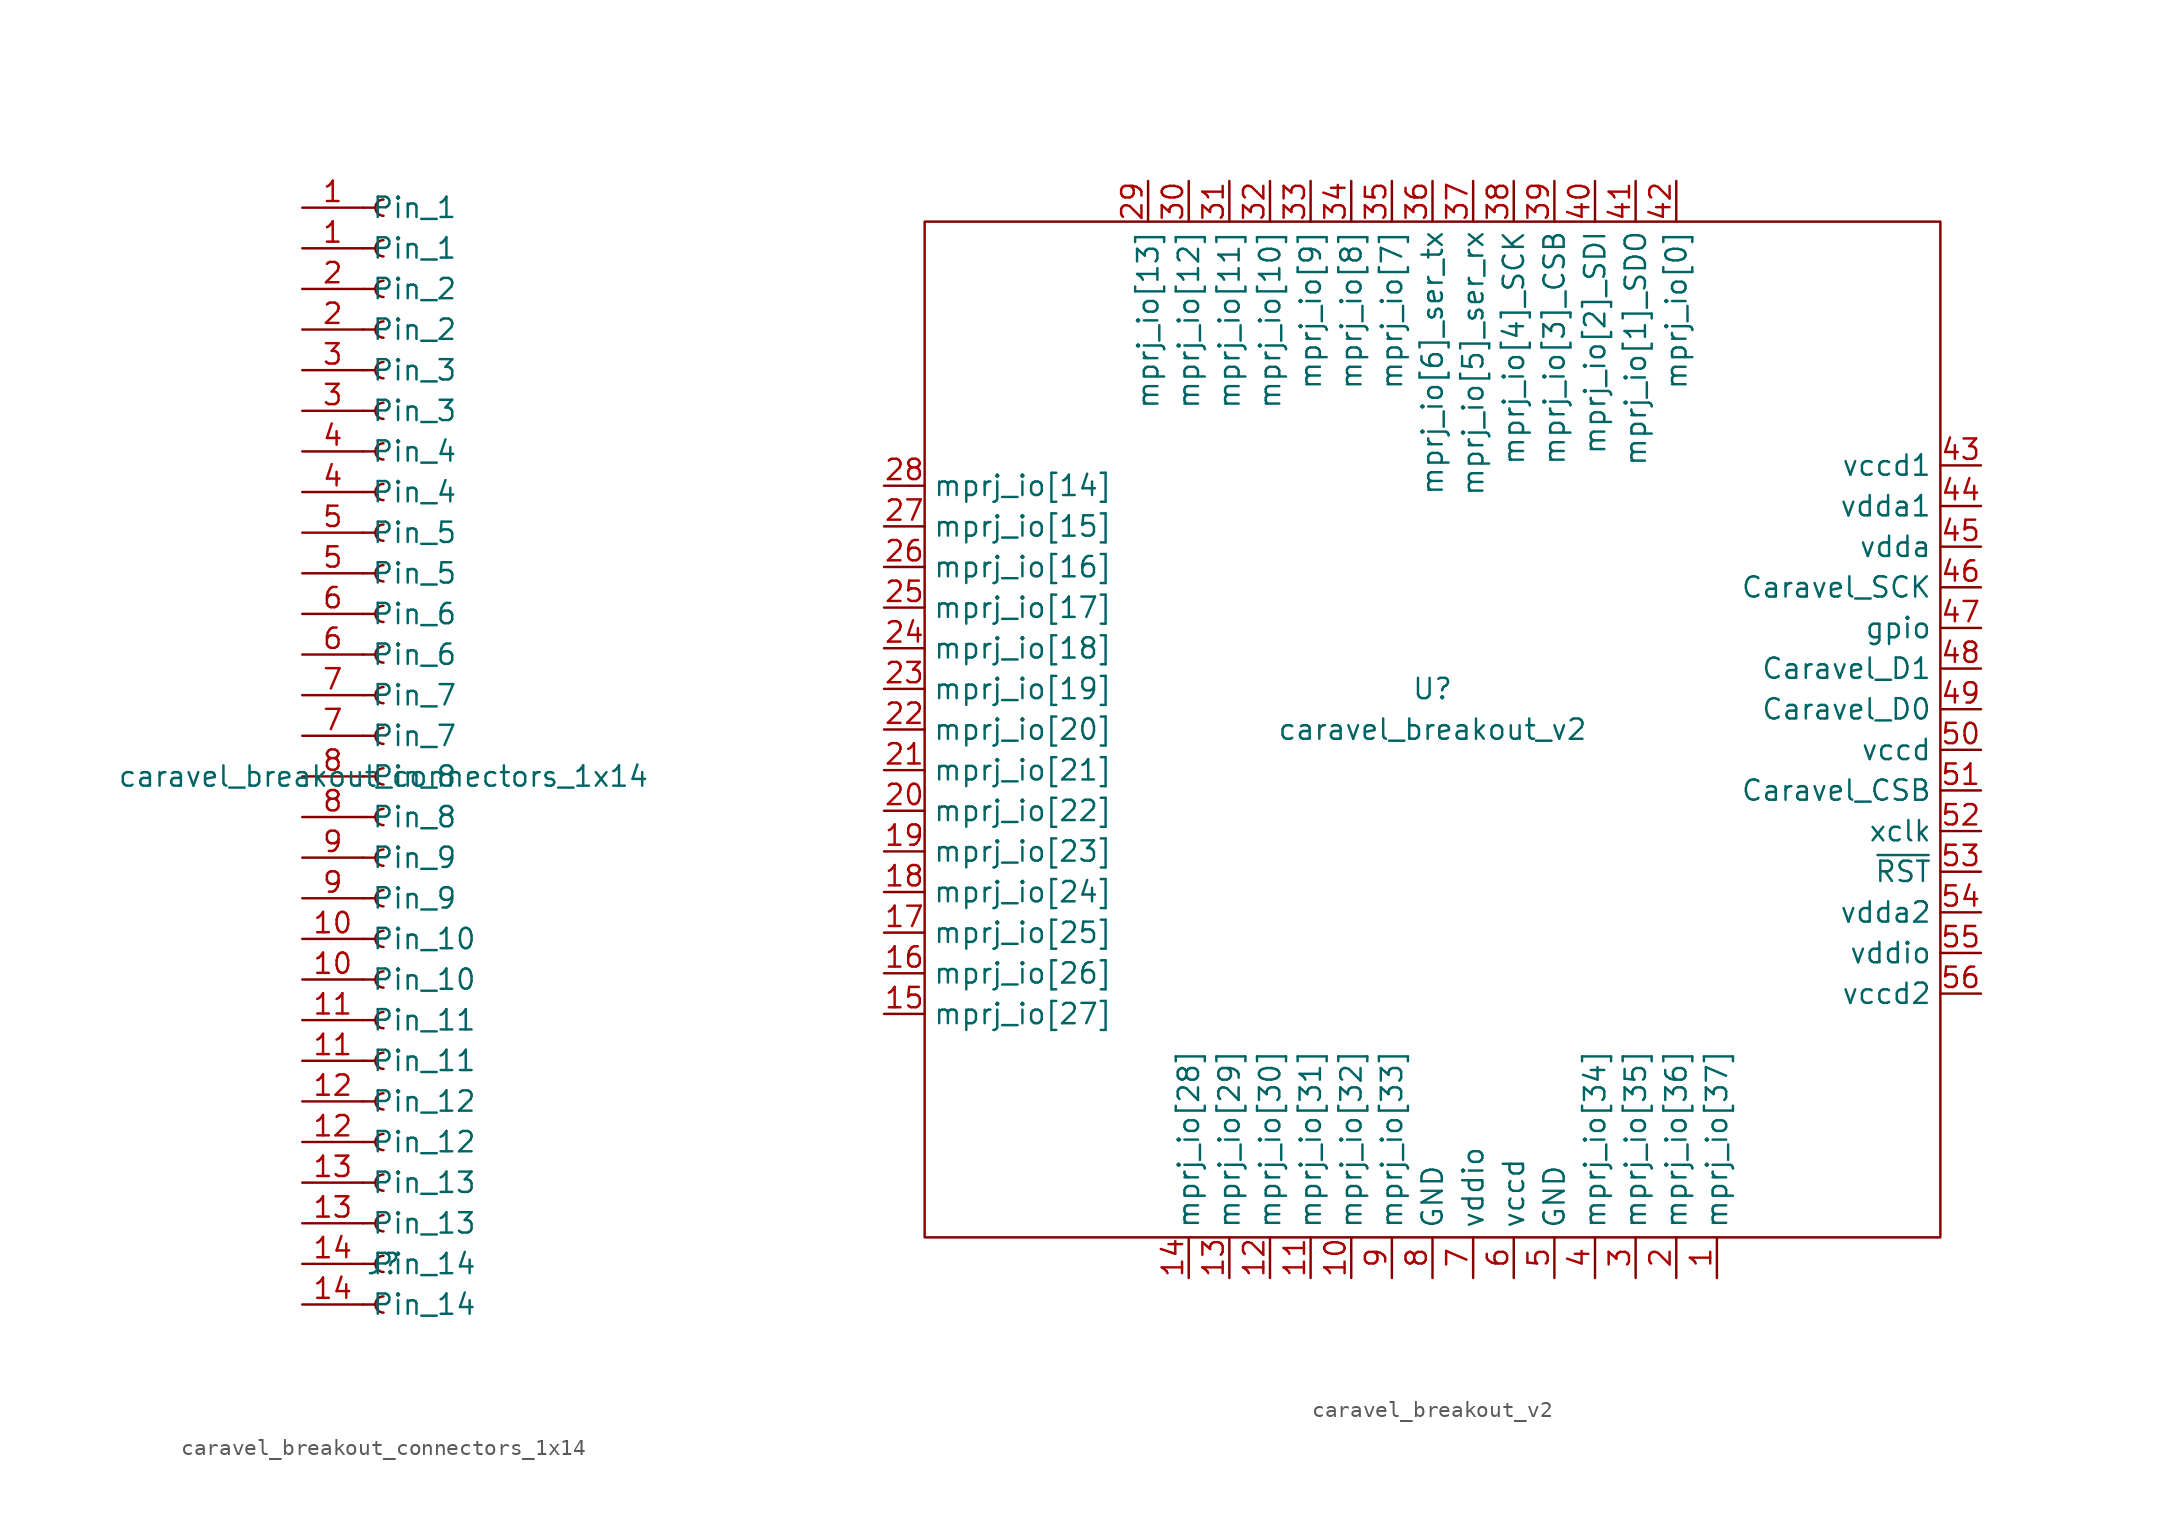
<source format=kicad_sym>
(kicad_symbol_lib
  (version 20231120)
  (generator "kicad_symbol_editor")
  (generator_version "8.0")
  (symbol "caravel_breakout_connectors_1x14"
    (property "Reference" "J"
      (at 0 -30.48 0)
      (effects (font (size 1.27 1.27))))
    (property "Value" "caravel_breakout_connectors_1x14"
      (at 0 0 0)
      (effects (font (size 1.27 1.27))))
    (symbol "caravel_breakout_connectors_1x14_1_1"
      (arc (start 0 -32.512) (mid -0.5058 -33.02) (end 0 -33.528) (stroke (width 0.1524) (type default)) (fill (type none)))
      (arc (start 0 -29.972) (mid -0.5058 -30.48) (end 0 -30.988) (stroke (width 0.1524) (type default)) (fill (type none)))
      (arc (start 0 -27.432) (mid -0.5058 -27.94) (end 0 -28.448) (stroke (width 0.1524) (type default)) (fill (type none)))
      (arc (start 0 -24.892) (mid -0.5058 -25.4) (end 0 -25.908) (stroke (width 0.1524) (type default)) (fill (type none)))
      (arc (start 0 -22.352) (mid -0.5058 -22.86) (end 0 -23.368) (stroke (width 0.1524) (type default)) (fill (type none)))
      (arc (start 0 -19.812) (mid -0.5058 -20.32) (end 0 -20.828) (stroke (width 0.1524) (type default)) (fill (type none)))
      (arc (start 0 -17.272) (mid -0.5058 -17.78) (end 0 -18.288) (stroke (width 0.1524) (type default)) (fill (type none)))
      (arc (start 0 -14.732) (mid -0.5058 -15.24) (end 0 -15.748) (stroke (width 0.1524) (type default)) (fill (type none)))
      (arc (start 0 -12.192) (mid -0.5058 -12.7) (end 0 -13.208) (stroke (width 0.1524) (type default)) (fill (type none)))
      (arc (start 0 -9.652) (mid -0.5058 -10.16) (end 0 -10.668) (stroke (width 0.1524) (type default)) (fill (type none)))
      (arc (start 0 -7.112) (mid -0.5058 -7.62) (end 0 -8.128) (stroke (width 0.1524) (type default)) (fill (type none)))
      (arc (start 0 -4.572) (mid -0.5058 -5.08) (end 0 -5.588) (stroke (width 0.1524) (type default)) (fill (type none)))
      (arc (start 0 -2.032) (mid -0.5058 -2.54) (end 0 -3.048) (stroke (width 0.1524) (type default)) (fill (type none)))
      (polyline (pts (xy -1.27 -33.02) (xy -0.508 -33.02)) (stroke (width 0.152) (type default)) (fill (type none)))
      (polyline (pts (xy -1.27 -30.48) (xy -0.508 -30.48)) (stroke (width 0.152) (type default)) (fill (type none)))
      (polyline (pts (xy -1.27 -27.94) (xy -0.508 -27.94)) (stroke (width 0.152) (type default)) (fill (type none)))
      (polyline (pts (xy -1.27 -25.4) (xy -0.508 -25.4)) (stroke (width 0.152) (type default)) (fill (type none)))
      (polyline (pts (xy -1.27 -22.86) (xy -0.508 -22.86)) (stroke (width 0.152) (type default)) (fill (type none)))
      (polyline (pts (xy -1.27 -20.32) (xy -0.508 -20.32)) (stroke (width 0.152) (type default)) (fill (type none)))
      (polyline (pts (xy -1.27 -17.78) (xy -0.508 -17.78)) (stroke (width 0.152) (type default)) (fill (type none)))
      (polyline (pts (xy -1.27 -15.24) (xy -0.508 -15.24)) (stroke (width 0.152) (type default)) (fill (type none)))
      (polyline (pts (xy -1.27 -12.7) (xy -0.508 -12.7)) (stroke (width 0.152) (type default)) (fill (type none)))
      (polyline (pts (xy -1.27 -10.16) (xy -0.508 -10.16)) (stroke (width 0.152) (type default)) (fill (type none)))
      (polyline (pts (xy -1.27 -7.62) (xy -0.508 -7.62)) (stroke (width 0.152) (type default)) (fill (type none)))
      (polyline (pts (xy -1.27 -5.08) (xy -0.508 -5.08)) (stroke (width 0.152) (type default)) (fill (type none)))
      (polyline (pts (xy -1.27 -2.54) (xy -0.508 -2.54)) (stroke (width 0.152) (type default)) (fill (type none)))
      (polyline (pts (xy -1.27 0) (xy -0.508 0)) (stroke (width 0.152) (type default)) (fill (type none)))
      (polyline (pts (xy -1.27 2.54) (xy -0.508 2.54)) (stroke (width 0.152) (type default)) (fill (type none)))
      (polyline (pts (xy -1.27 5.08) (xy -0.508 5.08)) (stroke (width 0.152) (type default)) (fill (type none)))
      (polyline (pts (xy -1.27 7.62) (xy -0.508 7.62)) (stroke (width 0.152) (type default)) (fill (type none)))
      (polyline (pts (xy -1.27 10.16) (xy -0.508 10.16)) (stroke (width 0.152) (type default)) (fill (type none)))
      (polyline (pts (xy -1.27 12.7) (xy -0.508 12.7)) (stroke (width 0.152) (type default)) (fill (type none)))
      (polyline (pts (xy -1.27 15.24) (xy -0.508 15.24)) (stroke (width 0.152) (type default)) (fill (type none)))
      (polyline (pts (xy -1.27 17.78) (xy -0.508 17.78)) (stroke (width 0.152) (type default)) (fill (type none)))
      (polyline (pts (xy -1.27 20.32) (xy -0.508 20.32)) (stroke (width 0.152) (type default)) (fill (type none)))
      (polyline (pts (xy -1.27 22.86) (xy -0.508 22.86)) (stroke (width 0.152) (type default)) (fill (type none)))
      (polyline (pts (xy -1.27 25.4) (xy -0.508 25.4)) (stroke (width 0.152) (type default)) (fill (type none)))
      (polyline (pts (xy -1.27 27.94) (xy -0.508 27.94)) (stroke (width 0.152) (type default)) (fill (type none)))
      (polyline (pts (xy -1.27 30.48) (xy -0.508 30.48)) (stroke (width 0.152) (type default)) (fill (type none)))
      (polyline (pts (xy -1.27 33.02) (xy -0.508 33.02)) (stroke (width 0.152) (type default)) (fill (type none)))
      (polyline (pts (xy -1.27 35.56) (xy -0.508 35.56)) (stroke (width 0.152) (type default)) (fill (type none)))
      (arc (start 0 0.508) (mid -0.5058 0) (end 0 -0.508) (stroke (width 0.1524) (type default)) (fill (type none)))
      (arc (start 0 3.048) (mid -0.5058 2.54) (end 0 2.032) (stroke (width 0.1524) (type default)) (fill (type none)))
      (arc (start 0 5.588) (mid -0.5058 5.08) (end 0 4.572) (stroke (width 0.1524) (type default)) (fill (type none)))
      (arc (start 0 8.128) (mid -0.5058 7.62) (end 0 7.112) (stroke (width 0.1524) (type default)) (fill (type none)))
      (arc (start 0 10.668) (mid -0.5058 10.16) (end 0 9.652) (stroke (width 0.1524) (type default)) (fill (type none)))
      (arc (start 0 13.208) (mid -0.5058 12.7) (end 0 12.192) (stroke (width 0.1524) (type default)) (fill (type none)))
      (arc (start 0 15.748) (mid -0.5058 15.24) (end 0 14.732) (stroke (width 0.1524) (type default)) (fill (type none)))
      (arc (start 0 18.288) (mid -0.5058 17.78) (end 0 17.272) (stroke (width 0.1524) (type default)) (fill (type none)))
      (arc (start 0 20.828) (mid -0.5058 20.32) (end 0 19.812) (stroke (width 0.1524) (type default)) (fill (type none)))
      (arc (start 0 23.368) (mid -0.5058 22.86) (end 0 22.352) (stroke (width 0.1524) (type default)) (fill (type none)))
      (arc (start 0 25.908) (mid -0.5058 25.4) (end 0 24.892) (stroke (width 0.1524) (type default)) (fill (type none)))
      (arc (start 0 28.448) (mid -0.5058 27.94) (end 0 27.432) (stroke (width 0.1524) (type default)) (fill (type none)))
      (arc (start 0 30.988) (mid -0.5058 30.48) (end 0 29.972) (stroke (width 0.1524) (type default)) (fill (type none)))
      (arc (start 0 33.528) (mid -0.5058 33.02) (end 0 32.512) (stroke (width 0.1524) (type default)) (fill (type none)))
      (arc (start 0 36.068) (mid -0.5058 35.56) (end 0 35.052) (stroke (width 0.1524) (type default)) (fill (type none)))
      (pin passive line (at -5.08 33.02 0) (length 3.81) (name "Pin_1" (effects (font (size 1.27 1.27)))) (number "1" (effects (font (size 1.27 1.27)))))
      (pin passive line (at -5.08 35.56 0) (length 3.81) (name "Pin_1" (effects (font (size 1.27 1.27)))) (number "1" (effects (font (size 1.27 1.27)))))
      (pin passive line (at -5.08 -12.7 0) (length 3.81) (name "Pin_10" (effects (font (size 1.27 1.27)))) (number "10" (effects (font (size 1.27 1.27)))))
      (pin passive line (at -5.08 -10.16 0) (length 3.81) (name "Pin_10" (effects (font (size 1.27 1.27)))) (number "10" (effects (font (size 1.27 1.27)))))
      (pin passive line (at -5.08 -17.78 0) (length 3.81) (name "Pin_11" (effects (font (size 1.27 1.27)))) (number "11" (effects (font (size 1.27 1.27)))))
      (pin passive line (at -5.08 -15.24 0) (length 3.81) (name "Pin_11" (effects (font (size 1.27 1.27)))) (number "11" (effects (font (size 1.27 1.27)))))
      (pin passive line (at -5.08 -22.86 0) (length 3.81) (name "Pin_12" (effects (font (size 1.27 1.27)))) (number "12" (effects (font (size 1.27 1.27)))))
      (pin passive line (at -5.08 -20.32 0) (length 3.81) (name "Pin_12" (effects (font (size 1.27 1.27)))) (number "12" (effects (font (size 1.27 1.27)))))
      (pin passive line (at -5.08 -27.94 0) (length 3.81) (name "Pin_13" (effects (font (size 1.27 1.27)))) (number "13" (effects (font (size 1.27 1.27)))))
      (pin passive line (at -5.08 -25.4 0) (length 3.81) (name "Pin_13" (effects (font (size 1.27 1.27)))) (number "13" (effects (font (size 1.27 1.27)))))
      (pin passive line (at -5.08 -33.02 0) (length 3.81) (name "Pin_14" (effects (font (size 1.27 1.27)))) (number "14" (effects (font (size 1.27 1.27)))))
      (pin passive line (at -5.08 -30.48 0) (length 3.81) (name "Pin_14" (effects (font (size 1.27 1.27)))) (number "14" (effects (font (size 1.27 1.27)))))
      (pin passive line (at -5.08 27.94 0) (length 3.81) (name "Pin_2" (effects (font (size 1.27 1.27)))) (number "2" (effects (font (size 1.27 1.27)))))
      (pin passive line (at -5.08 30.48 0) (length 3.81) (name "Pin_2" (effects (font (size 1.27 1.27)))) (number "2" (effects (font (size 1.27 1.27)))))
      (pin passive line (at -5.08 22.86 0) (length 3.81) (name "Pin_3" (effects (font (size 1.27 1.27)))) (number "3" (effects (font (size 1.27 1.27)))))
      (pin passive line (at -5.08 25.4 0) (length 3.81) (name "Pin_3" (effects (font (size 1.27 1.27)))) (number "3" (effects (font (size 1.27 1.27)))))
      (pin passive line (at -5.08 17.78 0) (length 3.81) (name "Pin_4" (effects (font (size 1.27 1.27)))) (number "4" (effects (font (size 1.27 1.27)))))
      (pin passive line (at -5.08 20.32 0) (length 3.81) (name "Pin_4" (effects (font (size 1.27 1.27)))) (number "4" (effects (font (size 1.27 1.27)))))
      (pin passive line (at -5.08 12.7 0) (length 3.81) (name "Pin_5" (effects (font (size 1.27 1.27)))) (number "5" (effects (font (size 1.27 1.27)))))
      (pin passive line (at -5.08 15.24 0) (length 3.81) (name "Pin_5" (effects (font (size 1.27 1.27)))) (number "5" (effects (font (size 1.27 1.27)))))
      (pin passive line (at -5.08 7.62 0) (length 3.81) (name "Pin_6" (effects (font (size 1.27 1.27)))) (number "6" (effects (font (size 1.27 1.27)))))
      (pin passive line (at -5.08 10.16 0) (length 3.81) (name "Pin_6" (effects (font (size 1.27 1.27)))) (number "6" (effects (font (size 1.27 1.27)))))
      (pin passive line (at -5.08 2.54 0) (length 3.81) (name "Pin_7" (effects (font (size 1.27 1.27)))) (number "7" (effects (font (size 1.27 1.27)))))
      (pin passive line (at -5.08 5.08 0) (length 3.81) (name "Pin_7" (effects (font (size 1.27 1.27)))) (number "7" (effects (font (size 1.27 1.27)))))
      (pin passive line (at -5.08 -2.54 0) (length 3.81) (name "Pin_8" (effects (font (size 1.27 1.27)))) (number "8" (effects (font (size 1.27 1.27)))))
      (pin passive line (at -5.08 0 0) (length 3.81) (name "Pin_8" (effects (font (size 1.27 1.27)))) (number "8" (effects (font (size 1.27 1.27)))))
      (pin passive line (at -5.08 -7.62 0) (length 3.81) (name "Pin_9" (effects (font (size 1.27 1.27)))) (number "9" (effects (font (size 1.27 1.27)))))
      (pin passive line (at -5.08 -5.08 0) (length 3.81) (name "Pin_9" (effects (font (size 1.27 1.27)))) (number "9" (effects (font (size 1.27 1.27)))))))
  (symbol "caravel_breakout_v2"
    (property "Reference" "U"
      (at 0 2.54 0)
      (effects (font (size 1.27 1.27))))
    (property "Value" "caravel_breakout_v2"
      (at 0 0 0)
      (effects (font (size 1.27 1.27))))
    (symbol "caravel_breakout_v2_0_1"
      (rectangle (start -31.75 31.75) (end 31.75 -31.75) (stroke (width 0) (type default)) (fill (type none))))
    (symbol "caravel_breakout_v2_1_1"
      (pin bidirectional line (at 17.78 -34.29 90) (length 2.54) (name "mprj_io[37]" (effects (font (size 1.27 1.27)))) (number "1" (effects (font (size 1.27 1.27)))))
      (pin bidirectional line (at -5.08 -34.29 90) (length 2.54) (name "mprj_io[32]" (effects (font (size 1.27 1.27)))) (number "10" (effects (font (size 1.27 1.27)))))
      (pin bidirectional line (at -7.62 -34.29 90) (length 2.54) (name "mprj_io[31]" (effects (font (size 1.27 1.27)))) (number "11" (effects (font (size 1.27 1.27)))))
      (pin bidirectional line (at -10.16 -34.29 90) (length 2.54) (name "mprj_io[30]" (effects (font (size 1.27 1.27)))) (number "12" (effects (font (size 1.27 1.27)))))
      (pin bidirectional line (at -12.7 -34.29 90) (length 2.54) (name "mprj_io[29]" (effects (font (size 1.27 1.27)))) (number "13" (effects (font (size 1.27 1.27)))))
      (pin bidirectional line (at -15.24 -34.29 90) (length 2.54) (name "mprj_io[28]" (effects (font (size 1.27 1.27)))) (number "14" (effects (font (size 1.27 1.27)))))
      (pin bidirectional line (at -34.29 -17.78 0) (length 2.54) (name "mprj_io[27]" (effects (font (size 1.27 1.27)))) (number "15" (effects (font (size 1.27 1.27)))))
      (pin bidirectional line (at -34.29 -15.24 0) (length 2.54) (name "mprj_io[26]" (effects (font (size 1.27 1.27)))) (number "16" (effects (font (size 1.27 1.27)))))
      (pin bidirectional line (at -34.29 -12.7 0) (length 2.54) (name "mprj_io[25]" (effects (font (size 1.27 1.27)))) (number "17" (effects (font (size 1.27 1.27)))))
      (pin bidirectional line (at -34.29 -10.16 0) (length 2.54) (name "mprj_io[24]" (effects (font (size 1.27 1.27)))) (number "18" (effects (font (size 1.27 1.27)))))
      (pin bidirectional line (at -34.29 -7.62 0) (length 2.54) (name "mprj_io[23]" (effects (font (size 1.27 1.27)))) (number "19" (effects (font (size 1.27 1.27)))))
      (pin bidirectional line (at 15.24 -34.29 90) (length 2.54) (name "mprj_io[36]" (effects (font (size 1.27 1.27)))) (number "2" (effects (font (size 1.27 1.27)))))
      (pin bidirectional line (at -34.29 -5.08 0) (length 2.54) (name "mprj_io[22]" (effects (font (size 1.27 1.27)))) (number "20" (effects (font (size 1.27 1.27)))))
      (pin bidirectional line (at -34.29 -2.54 0) (length 2.54) (name "mprj_io[21]" (effects (font (size 1.27 1.27)))) (number "21" (effects (font (size 1.27 1.27)))))
      (pin bidirectional line (at -34.29 0 0) (length 2.54) (name "mprj_io[20]" (effects (font (size 1.27 1.27)))) (number "22" (effects (font (size 1.27 1.27)))))
      (pin bidirectional line (at -34.29 2.54 0) (length 2.54) (name "mprj_io[19]" (effects (font (size 1.27 1.27)))) (number "23" (effects (font (size 1.27 1.27)))))
      (pin bidirectional line (at -34.29 5.08 0) (length 2.54) (name "mprj_io[18]" (effects (font (size 1.27 1.27)))) (number "24" (effects (font (size 1.27 1.27)))))
      (pin bidirectional line (at -34.29 7.62 0) (length 2.54) (name "mprj_io[17]" (effects (font (size 1.27 1.27)))) (number "25" (effects (font (size 1.27 1.27)))))
      (pin bidirectional line (at -34.29 10.16 0) (length 2.54) (name "mprj_io[16]" (effects (font (size 1.27 1.27)))) (number "26" (effects (font (size 1.27 1.27)))))
      (pin bidirectional line (at -34.29 12.7 0) (length 2.54) (name "mprj_io[15]" (effects (font (size 1.27 1.27)))) (number "27" (effects (font (size 1.27 1.27)))))
      (pin bidirectional line (at -34.29 15.24 0) (length 2.54) (name "mprj_io[14]" (effects (font (size 1.27 1.27)))) (number "28" (effects (font (size 1.27 1.27)))))
      (pin bidirectional line (at -17.78 34.29 270) (length 2.54) (name "mprj_io[13]" (effects (font (size 1.27 1.27)))) (number "29" (effects (font (size 1.27 1.27)))))
      (pin bidirectional line (at 12.7 -34.29 90) (length 2.54) (name "mprj_io[35]" (effects (font (size 1.27 1.27)))) (number "3" (effects (font (size 1.27 1.27)))))
      (pin bidirectional line (at -15.24 34.29 270) (length 2.54) (name "mprj_io[12]" (effects (font (size 1.27 1.27)))) (number "30" (effects (font (size 1.27 1.27)))))
      (pin bidirectional line (at -12.7 34.29 270) (length 2.54) (name "mprj_io[11]" (effects (font (size 1.27 1.27)))) (number "31" (effects (font (size 1.27 1.27)))))
      (pin bidirectional line (at -10.16 34.29 270) (length 2.54) (name "mprj_io[10]" (effects (font (size 1.27 1.27)))) (number "32" (effects (font (size 1.27 1.27)))))
      (pin bidirectional line (at -7.62 34.29 270) (length 2.54) (name "mprj_io[9]" (effects (font (size 1.27 1.27)))) (number "33" (effects (font (size 1.27 1.27)))))
      (pin bidirectional line (at -5.08 34.29 270) (length 2.54) (name "mprj_io[8]" (effects (font (size 1.27 1.27)))) (number "34" (effects (font (size 1.27 1.27)))))
      (pin bidirectional line (at -2.54 34.29 270) (length 2.54) (name "mprj_io[7]" (effects (font (size 1.27 1.27)))) (number "35" (effects (font (size 1.27 1.27)))))
      (pin bidirectional line (at 0 34.29 270) (length 2.54) (name "mprj_io[6]_ser_tx" (effects (font (size 1.27 1.27)))) (number "36" (effects (font (size 1.27 1.27)))))
      (pin bidirectional line (at 2.54 34.29 270) (length 2.54) (name "mprj_io[5]_ser_rx" (effects (font (size 1.27 1.27)))) (number "37" (effects (font (size 1.27 1.27)))))
      (pin bidirectional line (at 5.08 34.29 270) (length 2.54) (name "mprj_io[4]_SCK" (effects (font (size 1.27 1.27)))) (number "38" (effects (font (size 1.27 1.27)))))
      (pin bidirectional line (at 7.62 34.29 270) (length 2.54) (name "mprj_io[3]_CSB" (effects (font (size 1.27 1.27)))) (number "39" (effects (font (size 1.27 1.27)))))
      (pin bidirectional line (at 10.16 -34.29 90) (length 2.54) (name "mprj_io[34]" (effects (font (size 1.27 1.27)))) (number "4" (effects (font (size 1.27 1.27)))))
      (pin bidirectional line (at 10.16 34.29 270) (length 2.54) (name "mprj_io[2]_SDI" (effects (font (size 1.27 1.27)))) (number "40" (effects (font (size 1.27 1.27)))))
      (pin bidirectional line (at 12.7 34.29 270) (length 2.54) (name "mprj_io[1]_SDO" (effects (font (size 1.27 1.27)))) (number "41" (effects (font (size 1.27 1.27)))))
      (pin bidirectional line (at 15.24 34.29 270) (length 2.54) (name "mprj_io[0]" (effects (font (size 1.27 1.27)))) (number "42" (effects (font (size 1.27 1.27)))))
      (pin power_in line (at 34.29 16.51 180) (length 2.54) (name "vccd1" (effects (font (size 1.27 1.27)))) (number "43" (effects (font (size 1.27 1.27)))))
      (pin power_in line (at 34.29 13.97 180) (length 2.54) (name "vdda1" (effects (font (size 1.27 1.27)))) (number "44" (effects (font (size 1.27 1.27)))))
      (pin power_in line (at 34.29 11.43 180) (length 2.54) (name "vdda" (effects (font (size 1.27 1.27)))) (number "45" (effects (font (size 1.27 1.27)))))
      (pin output line (at 34.29 8.89 180) (length 2.54) (name "Caravel_SCK" (effects (font (size 1.27 1.27)))) (number "46" (effects (font (size 1.27 1.27)))))
      (pin bidirectional line (at 34.29 6.35 180) (length 2.54) (name "gpio" (effects (font (size 1.27 1.27)))) (number "47" (effects (font (size 1.27 1.27)))))
      (pin bidirectional line (at 34.29 3.81 180) (length 2.54) (name "Caravel_D1" (effects (font (size 1.27 1.27)))) (number "48" (effects (font (size 1.27 1.27)))))
      (pin bidirectional line (at 34.29 1.27 180) (length 2.54) (name "Caravel_D0" (effects (font (size 1.27 1.27)))) (number "49" (effects (font (size 1.27 1.27)))))
      (pin power_in line (at 7.62 -34.29 90) (length 2.54) (name "GND" (effects (font (size 1.27 1.27)))) (number "5" (effects (font (size 1.27 1.27)))))
      (pin power_in line (at 34.29 -1.27 180) (length 2.54) (name "vccd" (effects (font (size 1.27 1.27)))) (number "50" (effects (font (size 1.27 1.27)))))
      (pin output line (at 34.29 -3.81 180) (length 2.54) (name "Caravel_CSB" (effects (font (size 1.27 1.27)))) (number "51" (effects (font (size 1.27 1.27)))))
      (pin input line (at 34.29 -6.35 180) (length 2.54) (name "xclk" (effects (font (size 1.27 1.27)))) (number "52" (effects (font (size 1.27 1.27)))))
      (pin input line (at 34.29 -8.89 180) (length 2.54) (name "~{RST}" (effects (font (size 1.27 1.27)))) (number "53" (effects (font (size 1.27 1.27)))))
      (pin power_in line (at 34.29 -11.43 180) (length 2.54) (name "vdda2" (effects (font (size 1.27 1.27)))) (number "54" (effects (font (size 1.27 1.27)))))
      (pin power_in line (at 34.29 -13.97 180) (length 2.54) (name "vddio" (effects (font (size 1.27 1.27)))) (number "55" (effects (font (size 1.27 1.27)))))
      (pin power_in line (at 34.29 -16.51 180) (length 2.54) (name "vccd2" (effects (font (size 1.27 1.27)))) (number "56" (effects (font (size 1.27 1.27)))))
      (pin power_in line (at 5.08 -34.29 90) (length 2.54) (name "vccd" (effects (font (size 1.27 1.27)))) (number "6" (effects (font (size 1.27 1.27)))))
      (pin power_in line (at 2.54 -34.29 90) (length 2.54) (name "vddio" (effects (font (size 1.27 1.27)))) (number "7" (effects (font (size 1.27 1.27)))))
      (pin power_in line (at 0 -34.29 90) (length 2.54) (name "GND" (effects (font (size 1.27 1.27)))) (number "8" (effects (font (size 1.27 1.27)))))
      (pin bidirectional line (at -2.54 -34.29 90) (length 2.54) (name "mprj_io[33]" (effects (font (size 1.27 1.27)))) (number "9" (effects (font (size 1.27 1.27))))))))
</source>
